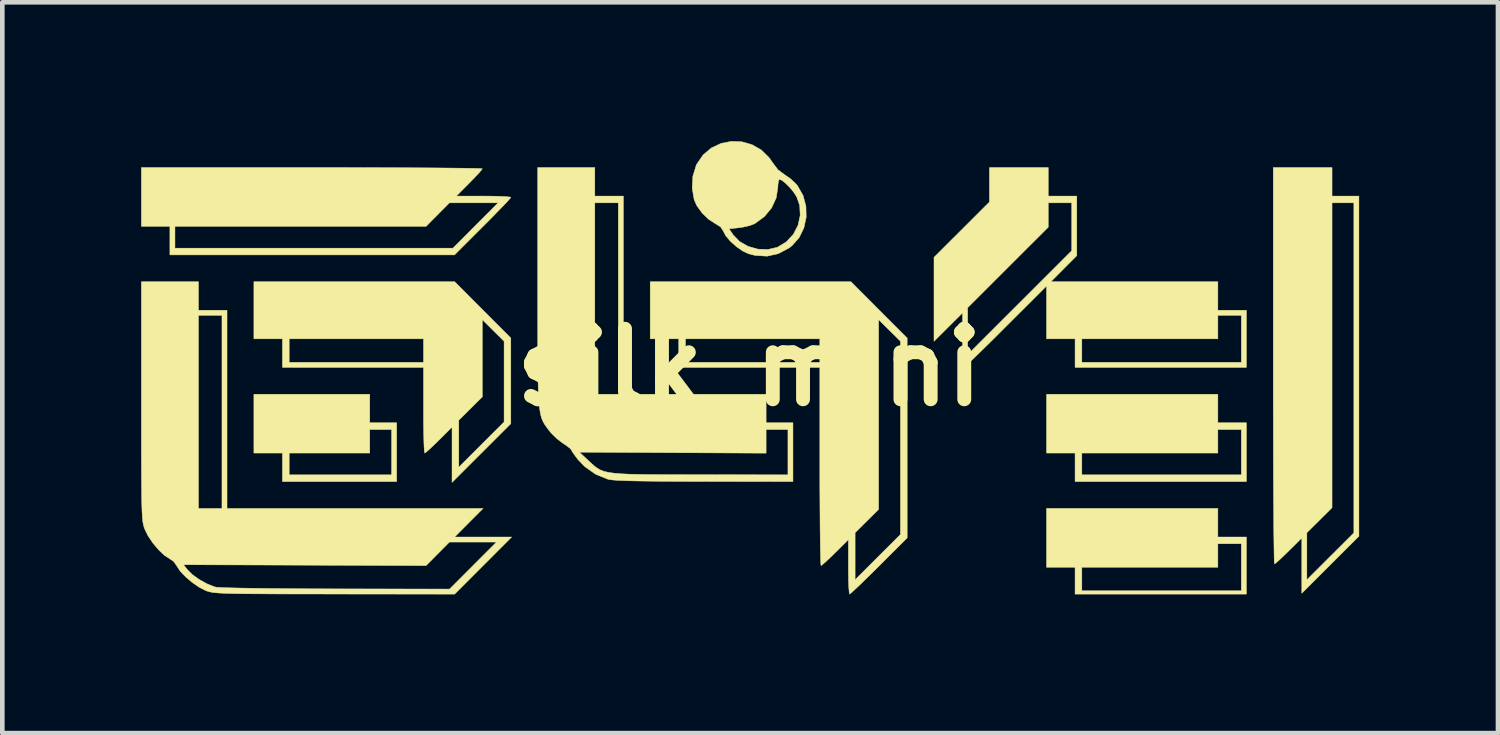
<source format=kicad_pcb>
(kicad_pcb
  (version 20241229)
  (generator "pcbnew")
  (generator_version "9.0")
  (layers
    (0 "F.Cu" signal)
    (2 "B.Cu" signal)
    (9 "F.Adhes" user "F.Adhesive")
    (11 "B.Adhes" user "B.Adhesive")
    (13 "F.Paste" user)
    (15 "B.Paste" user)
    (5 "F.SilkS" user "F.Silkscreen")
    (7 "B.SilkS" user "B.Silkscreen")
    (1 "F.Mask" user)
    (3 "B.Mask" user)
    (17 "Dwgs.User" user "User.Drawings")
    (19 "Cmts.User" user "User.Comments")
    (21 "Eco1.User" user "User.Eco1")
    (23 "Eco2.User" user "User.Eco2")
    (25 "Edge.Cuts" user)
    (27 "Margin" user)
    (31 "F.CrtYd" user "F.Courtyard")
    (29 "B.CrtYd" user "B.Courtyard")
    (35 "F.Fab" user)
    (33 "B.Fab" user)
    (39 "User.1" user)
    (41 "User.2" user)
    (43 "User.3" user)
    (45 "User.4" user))
  (footprint "silk_mini"
    (layer "F.Cu")
    (at 13.14 4.888)
    (property "Reference" "silk_mini" (at 0 0 0) (layer "F.SilkS") (effects (font (size 1.524 1.524) (thickness 0.3))))
    (attr through_hole)
    (fp_poly (pts (xy -8.201 1.197) (xy -7.62 1.197) (xy -7.62 2.467) (xy -10.087 2.467) (xy -10.087 1.851) (xy -9.942 1.851) (xy -9.942 2.322) (xy -7.729 2.322) (xy -7.729 1.343) (xy -8.201 1.343) (xy -8.201 1.851) (xy -9.942 1.851) (xy -10.087 1.851) (xy -10.704 1.851) (xy -10.704 0.581) (xy -8.201 0.581) (xy -8.201 1.197)) (stroke (width 0.01) (type solid)) (fill yes) (layer "F.SilkS"))
    (fp_poly (pts (xy 10.124 1.197) (xy 10.741 1.197) (xy 10.741 2.467) (xy 7.039 2.467) (xy 7.039 1.851) (xy 7.185 1.851) (xy 7.185 2.322) (xy 10.632 2.322) (xy 10.632 1.343) (xy 10.124 1.343) (xy 10.124 1.851) (xy 7.185 1.851) (xy 7.039 1.851) (xy 6.423 1.851) (xy 6.423 0.581) (xy 10.124 0.581) (xy 10.124 1.197)) (stroke (width 0.01) (type solid)) (fill yes) (layer "F.SilkS"))
    (fp_poly (pts (xy 10.124 3.665) (xy 10.741 3.665) (xy 10.741 4.899) (xy 7.039 4.899) (xy 7.039 4.318) (xy 7.185 4.318) (xy 7.185 4.826) (xy 10.632 4.826) (xy 10.632 3.81) (xy 10.124 3.81) (xy 10.124 4.318) (xy 7.185 4.318) (xy 7.039 4.318) (xy 6.423 4.318) (xy 6.423 3.048) (xy 10.124 3.048) (xy 10.124 3.665)) (stroke (width 0.01) (type solid)) (fill yes) (layer "F.SilkS"))
    (fp_poly (pts (xy 12.591 -3.701) (xy 13.172 -3.701) (xy 13.172 3.648) (xy 12.555 4.264) (xy 11.938 4.88) (xy 11.938 3.685) (xy 11.656 3.965) (xy 11.54 4.078) (xy 11.442 4.17) (xy 11.373 4.229) (xy 11.348 4.245) (xy 11.344 4.21) (xy 11.341 4.106) (xy 11.338 3.939) (xy 11.335 3.713) (xy 11.333 3.572) (xy 12.047 3.572) (xy 12.047 4.589) (xy 13.063 3.575) (xy 13.063 -3.556) (xy 12.591 -3.556) (xy 12.591 3.032) (xy 12.047 3.572) (xy 11.333 3.572) (xy 11.332 3.431) (xy 11.33 3.1) (xy 11.327 2.723) (xy 11.325 2.305) (xy 11.324 1.85) (xy 11.323 1.362) (xy 11.322 0.847) (xy 11.321 0.308) (xy 11.321 -0.036) (xy 11.321 -4.318) (xy 12.591 -4.318) (xy 12.591 -3.701)) (stroke (width 0.01) (type solid)) (fill yes) (layer "F.SilkS"))
    (fp_poly (pts (xy -5.76 -1.242) (xy -5.153 -0.634) (xy -5.153 1.216) (xy -5.788 1.851) (xy -6.423 2.485) (xy -6.423 1.29) (xy -6.705 1.57) (xy -6.821 1.684) (xy -6.919 1.775) (xy -6.987 1.834) (xy -7.013 1.851) (xy -7.02 1.816) (xy -7.027 1.718) (xy -7.032 1.567) (xy -7.036 1.373) (xy -7.039 1.144) (xy -7.039 1.141) (xy -6.277 1.141) (xy -6.277 2.158) (xy -5.788 1.669) (xy -5.298 1.18) (xy -5.298 -0.565) (xy -5.534 -0.798) (xy -5.769 -1.032) (xy -5.769 0.637) (xy -6.277 1.141) (xy -7.039 1.141) (xy -7.039 0.925) (xy -7.039 0) (xy -10.087 0) (xy -10.087 -0.617) (xy -9.942 -0.617) (xy -9.942 -0.109) (xy -7.039 -0.109) (xy -7.039 -0.617) (xy -9.942 -0.617) (xy -10.087 -0.617) (xy -10.704 -0.617) (xy -10.704 -1.851) (xy -6.367 -1.851) (xy -5.76 -1.242)) (stroke (width 0.01) (type solid)) (fill yes) (layer "F.SilkS"))
    (fp_poly (pts (xy -8.942 -4.318) (xy -8.453 -4.317) (xy -7.989 -4.316) (xy -7.556 -4.314) (xy -7.159 -4.312) (xy -6.801 -4.31) (xy -6.489 -4.307) (xy -6.227 -4.304) (xy -6.019 -4.301) (xy -5.871 -4.298) (xy -5.787 -4.294) (xy -5.769 -4.292) (xy -5.794 -4.257) (xy -5.859 -4.182) (xy -5.955 -4.08) (xy -6.05 -3.983) (xy -6.33 -3.701) (xy -5.741 -3.701) (xy -5.544 -3.7) (xy -5.375 -3.695) (xy -5.246 -3.688) (xy -5.169 -3.68) (xy -5.153 -3.674) (xy -5.177 -3.641) (xy -5.246 -3.565) (xy -5.353 -3.453) (xy -5.49 -3.312) (xy -5.649 -3.15) (xy -5.761 -3.039) (xy -6.369 -2.431) (xy -12.519 -2.431) (xy -12.519 -3.048) (xy -12.41 -3.048) (xy -12.41 -2.576) (xy -6.403 -2.576) (xy -5.426 -3.556) (xy -6.479 -3.556) (xy -6.983 -3.048) (xy -12.41 -3.048) (xy -12.519 -3.048) (xy -13.135 -3.048) (xy -13.135 -4.318) (xy -9.452 -4.318) (xy -8.942 -4.318)) (stroke (width 0.01) (type solid)) (fill yes) (layer "F.SilkS"))
    (fp_poly (pts (xy 6.459 -3.701) (xy 7.076 -3.701) (xy 7.076 -2.415) (xy 6.515 -1.851) (xy 10.124 -1.851) (xy 10.124 -1.234) (xy 10.741 -1.234) (xy 10.741 0) (xy 7.039 0) (xy 7.039 -0.617) (xy 7.185 -0.617) (xy 7.185 -0.109) (xy 10.632 -0.109) (xy 10.632 -1.125) (xy 10.124 -1.125) (xy 10.124 -0.617) (xy 7.185 -0.617) (xy 7.039 -0.617) (xy 6.423 -0.617) (xy 6.423 -1.759) (xy 5.542 -0.88) (xy 5.335 -0.673) (xy 5.143 -0.483) (xy 4.973 -0.317) (xy 4.831 -0.179) (xy 4.723 -0.077) (xy 4.656 -0.016) (xy 4.635 0) (xy 4.626 -0.034) (xy 4.618 -0.129) (xy 4.613 -0.272) (xy 4.609 -0.452) (xy 4.608 -0.589) (xy 4.608 -1.178) (xy 4.3 -0.871) (xy 3.991 -0.564) (xy 3.991 -1.289) (xy 4.717 -1.289) (xy 4.717 -0.273) (xy 6.967 -2.521) (xy 6.967 -3.556) (xy 6.459 -3.556) (xy 6.459 -3.029) (xy 4.717 -1.289) (xy 3.991 -1.289) (xy 3.991 -2.378) (xy 4.59 -2.975) (xy 5.189 -3.573) (xy 5.189 -4.318) (xy 6.459 -4.318) (xy 6.459 -3.701)) (stroke (width 0.01) (type solid)) (fill yes) (layer "F.SilkS"))
    (fp_poly (pts (xy 2.803 -1.242) (xy 3.411 -0.634) (xy 3.411 3.684) (xy 2.803 4.291) (xy 2.631 4.462) (xy 2.475 4.614) (xy 2.344 4.741) (xy 2.244 4.834) (xy 2.183 4.888) (xy 2.168 4.899) (xy 2.159 4.864) (xy 2.151 4.77) (xy 2.145 4.626) (xy 2.142 4.447) (xy 2.141 4.31) (xy 2.141 3.721) (xy 1.859 4.001) (xy 1.742 4.115) (xy 1.644 4.206) (xy 1.576 4.265) (xy 1.55 4.282) (xy 1.546 4.246) (xy 1.541 4.145) (xy 1.537 3.984) (xy 1.533 3.769) (xy 1.531 3.572) (xy 2.286 3.572) (xy 2.286 4.589) (xy 3.266 3.611) (xy 3.266 -0.565) (xy 3.03 -0.798) (xy 2.794 -1.032) (xy 2.794 3.068) (xy 2.54 3.32) (xy 2.286 3.572) (xy 1.531 3.572) (xy 1.53 3.506) (xy 1.528 3.203) (xy 1.526 2.865) (xy 1.524 2.499) (xy 1.524 2.141) (xy 1.524 0) (xy -1.524 0) (xy -1.524 -0.617) (xy -1.379 -0.617) (xy -1.379 -0.109) (xy 1.524 -0.109) (xy 1.524 -0.617) (xy -1.379 -0.617) (xy -1.524 -0.617) (xy -2.141 -0.617) (xy -2.141 -1.851) (xy 2.196 -1.851) (xy 2.803 -1.242)) (stroke (width 0.01) (type solid)) (fill yes) (layer "F.SilkS"))
    (fp_poly (pts (xy -0.163 -4.875) (xy 0.057 -4.813) (xy 0.258 -4.699) (xy 0.429 -4.531) (xy 0.495 -4.435) (xy 0.619 -4.27) (xy 0.766 -4.161) (xy 0.767 -4.16) (xy 0.887 -4.078) (xy 1.004 -3.969) (xy 1.042 -3.924) (xy 1.162 -3.713) (xy 1.224 -3.481) (xy 1.229 -3.243) (xy 1.179 -3.013) (xy 1.077 -2.804) (xy 0.923 -2.63) (xy 0.86 -2.581) (xy 0.626 -2.457) (xy 0.384 -2.403) (xy 0.127 -2.419) (xy -0.013 -2.454) (xy -0.142 -2.514) (xy -0.279 -2.61) (xy -0.408 -2.725) (xy -0.508 -2.843) (xy -0.563 -2.946) (xy -0.564 -2.95) (xy -0.593 -2.994) (xy -0.437 -2.994) (xy -0.347 -2.861) (xy -0.208 -2.718) (xy -0.024 -2.614) (xy 0.185 -2.555) (xy 0.4 -2.547) (xy 0.603 -2.594) (xy 0.609 -2.596) (xy 0.802 -2.713) (xy 0.952 -2.875) (xy 1.053 -3.07) (xy 1.1 -3.283) (xy 1.089 -3.5) (xy 1.024 -3.686) (xy 0.96 -3.785) (xy 0.874 -3.89) (xy 0.781 -3.982) (xy 0.699 -4.045) (xy 0.652 -4.064) (xy 0.631 -4.031) (xy 0.619 -3.949) (xy 0.617 -3.892) (xy 0.581 -3.662) (xy 0.482 -3.447) (xy 0.327 -3.259) (xy 0.126 -3.112) (xy 0.101 -3.099) (xy 0.005 -3.063) (xy -0.129 -3.032) (xy -0.221 -3.018) (xy -0.437 -2.994) (xy -0.593 -2.994) (xy -0.623 -3.038) (xy -0.732 -3.105) (xy -0.879 -3.2) (xy -1.021 -3.338) (xy -1.134 -3.495) (xy -1.191 -3.622) (xy -1.234 -3.875) (xy -1.219 -4.131) (xy -1.147 -4.366) (xy -1.134 -4.393) (xy -0.996 -4.593) (xy -0.818 -4.742) (xy -0.612 -4.839) (xy -0.39 -4.883) (xy -0.163 -4.875)) (stroke (width 0.01) (type solid)) (fill yes) (layer "F.SilkS"))
    (fp_poly (pts (xy -3.338 -3.701) (xy -2.721 -3.701) (xy -2.721 0.581) (xy 0.363 0.581) (xy 0.363 1.197) (xy 0.943 1.197) (xy 0.943 2.467) (xy -0.971 2.465) (xy -1.44 2.464) (xy -1.84 2.462) (xy -2.176 2.458) (xy -2.452 2.454) (xy -2.672 2.448) (xy -2.84 2.441) (xy -2.96 2.432) (xy -3.036 2.421) (xy -3.051 2.418) (xy -3.318 2.31) (xy -3.555 2.144) (xy -3.702 1.991) (xy -3.776 1.892) (xy -3.817 1.832) (xy -3.672 1.832) (xy -3.471 2.019) (xy -3.404 2.082) (xy -3.344 2.135) (xy -3.284 2.179) (xy -3.219 2.216) (xy -3.141 2.246) (xy -3.046 2.269) (xy -2.925 2.286) (xy -2.774 2.299) (xy -2.585 2.308) (xy -2.353 2.313) (xy -2.071 2.317) (xy -1.733 2.318) (xy -1.332 2.319) (xy -1.061 2.319) (xy 0.835 2.322) (xy 0.835 1.343) (xy 0.363 1.343) (xy 0.363 1.853) (xy -1.654 1.843) (xy -3.672 1.832) (xy -3.817 1.832) (xy -3.829 1.816) (xy -3.846 1.78) (xy -3.875 1.748) (xy -3.948 1.692) (xy -4.025 1.641) (xy -4.153 1.544) (xy -4.278 1.421) (xy -4.333 1.355) (xy -4.377 1.295) (xy -4.416 1.24) (xy -4.449 1.185) (xy -4.477 1.124) (xy -4.5 1.051) (xy -4.519 0.963) (xy -4.535 0.852) (xy -4.547 0.715) (xy -4.556 0.545) (xy -4.563 0.338) (xy -4.567 0.087) (xy -4.57 -0.212) (xy -4.571 -0.564) (xy -4.572 -0.976) (xy -4.572 -1.451) (xy -4.572 -1.748) (xy -4.572 -3.556) (xy -3.338 -3.556) (xy -3.338 0.581) (xy -2.83 0.581) (xy -2.83 -3.556) (xy -3.338 -3.556) (xy -4.572 -3.556) (xy -4.572 -4.318) (xy -3.338 -4.318) (xy -3.338 -3.701)) (stroke (width 0.01) (type solid)) (fill yes) (layer "F.SilkS"))
    (fp_poly (pts (xy -11.902 -1.234) (xy -11.285 -1.234) (xy -11.285 3.048) (xy -5.753 3.048) (xy -6.06 3.356) (xy -6.367 3.665) (xy -5.135 3.665) (xy -5.751 4.282) (xy -6.367 4.899) (xy -8.962 4.897) (xy -9.459 4.896) (xy -9.889 4.896) (xy -10.257 4.895) (xy -10.568 4.893) (xy -10.828 4.892) (xy -11.042 4.889) (xy -11.216 4.885) (xy -11.354 4.881) (xy -11.462 4.875) (xy -11.546 4.868) (xy -11.61 4.86) (xy -11.661 4.849) (xy -11.703 4.838) (xy -11.741 4.824) (xy -11.747 4.822) (xy -11.887 4.75) (xy -12.039 4.645) (xy -12.182 4.523) (xy -12.299 4.399) (xy -12.37 4.29) (xy -12.372 4.285) (xy -12.388 4.264) (xy -12.224 4.264) (xy -12.141 4.372) (xy -12.036 4.476) (xy -11.888 4.582) (xy -11.721 4.675) (xy -11.563 4.738) (xy -11.524 4.749) (xy -11.463 4.754) (xy -11.336 4.76) (xy -11.149 4.765) (xy -10.908 4.77) (xy -10.621 4.774) (xy -10.293 4.778) (xy -9.931 4.781) (xy -9.541 4.784) (xy -9.13 4.785) (xy -8.926 4.786) (xy -6.476 4.79) (xy -5.462 3.774) (xy -6.479 3.774) (xy -6.984 4.283) (xy -9.604 4.273) (xy -12.224 4.264) (xy -12.388 4.264) (xy -12.439 4.192) (xy -12.522 4.135) (xy -12.634 4.064) (xy -12.76 3.945) (xy -12.884 3.798) (xy -12.99 3.642) (xy -13.06 3.5) (xy -13.075 3.46) (xy -13.087 3.418) (xy -13.098 3.369) (xy -13.107 3.309) (xy -13.114 3.23) (xy -13.12 3.129) (xy -13.125 2.999) (xy -13.129 2.836) (xy -13.131 2.634) (xy -13.133 2.387) (xy -13.134 2.09) (xy -13.135 1.738) (xy -13.135 1.326) (xy -13.135 0.847) (xy -13.135 0.724) (xy -13.135 -1.125) (xy -11.902 -1.125) (xy -11.902 3.048) (xy -11.394 3.048) (xy -11.394 -1.125) (xy -11.902 -1.125) (xy -13.135 -1.125) (xy -13.135 -1.851) (xy -11.902 -1.851) (xy -11.902 -1.234)) (stroke (width 0.01) (type solid)) (fill yes) (layer "F.SilkS")))
  (gr_rect
    (start -3 -3)
    (end 29.317 12.791)
    (stroke (width 0.1) (type default))
    (fill no)
    (layer "Edge.Cuts")))
</source>
